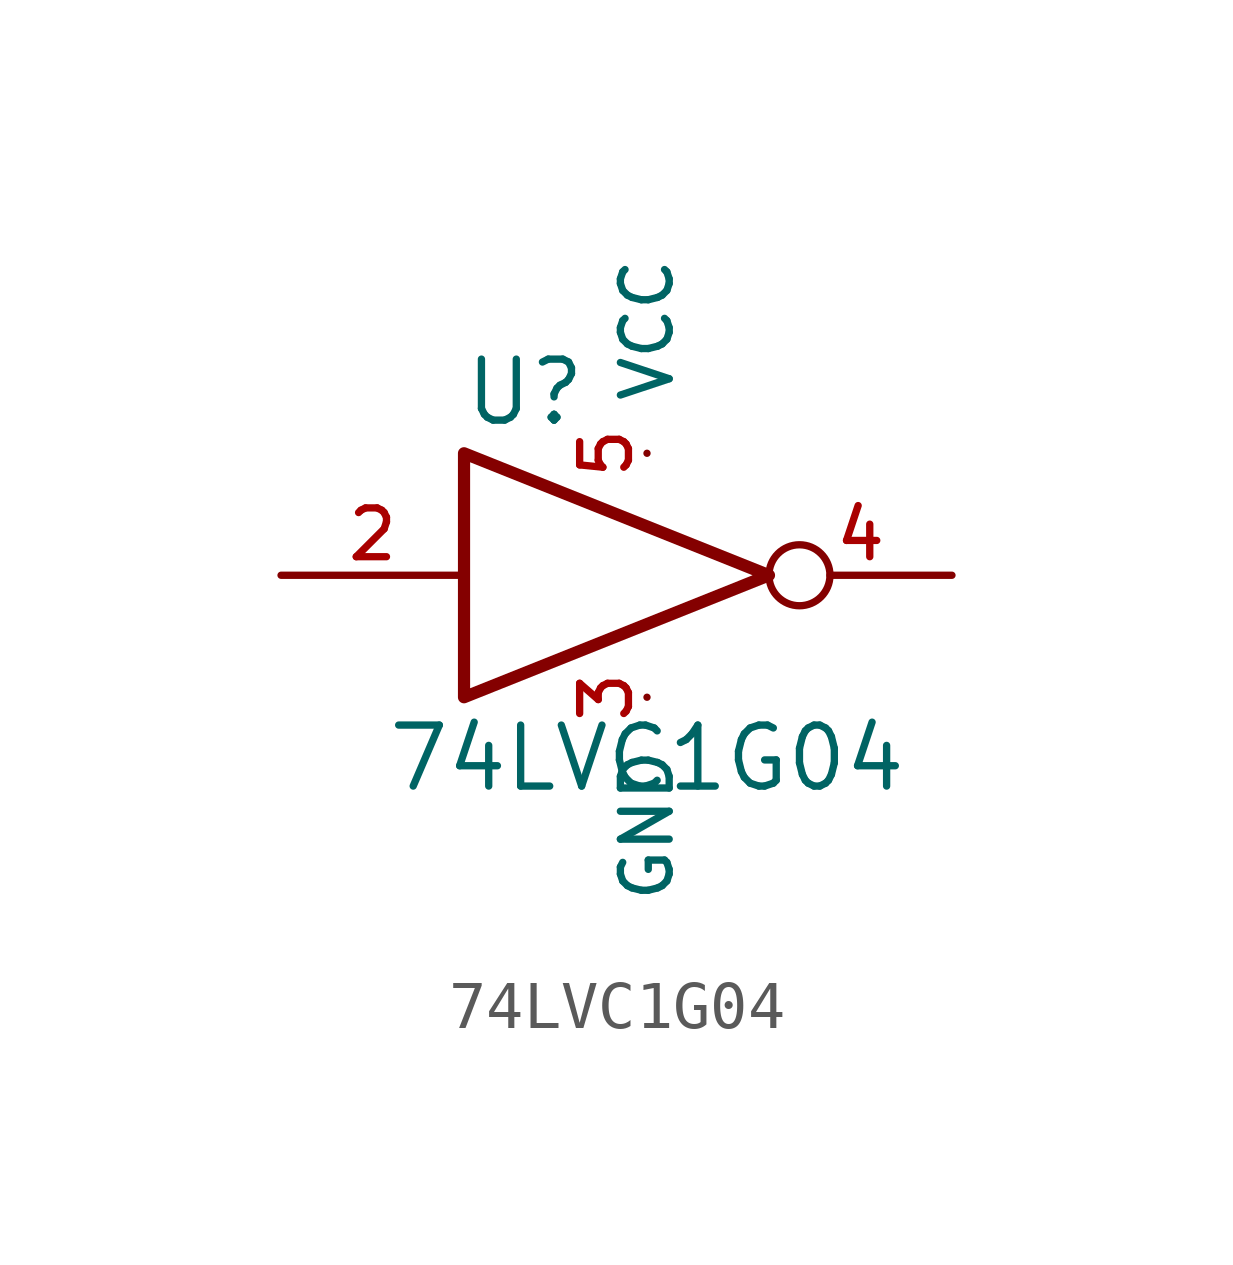
<source format=kicad_sym>
(kicad_symbol_lib
  (version 20211014)
  (generator kicad_symbol_editor)
  (symbol "74LVC1G04"
    (pin_names
      (offset 1.016))
    (property "Reference" "U"
      (at -2.54 3.81 0)
      (effects (font (size 1.27 1.27))))
    (property "Value" "74LVC1G04"
      (at 0 -3.81 0)
      (effects (font (size 1.27 1.27))))
    (symbol "74LVC1G04_0_1"
      (polyline (pts (xy -3.81 2.54) (xy -3.81 -2.54) (xy 2.54 0) (xy -3.81 2.54)) (stroke (width 0.254) (type default) (color 0 0 0 0)) (fill (type none))))
    (symbol "74LVC1G04_1_1"
      (pin input line (at -7.62 0 0) (length 3.81) (name "~" (effects (font (size 1.016 1.016)))) (number "2" (effects (font (size 1.016 1.016)))))
      (pin passive line (at 0 -2.54 270) (length 0) (name "GND" (effects (font (size 1.016 1.016)))) (number "3" (effects (font (size 1.016 1.016)))))
      (pin output inverted (at 6.35 0 180) (length 3.81) (name "~" (effects (font (size 1.016 1.016)))) (number "4" (effects (font (size 1.016 1.016)))))
      (pin passive line (at 0 2.54 90) (length 0) (name "VCC" (effects (font (size 1.016 1.016)))) (number "5" (effects (font (size 1.016 1.016))))))))
</source>
